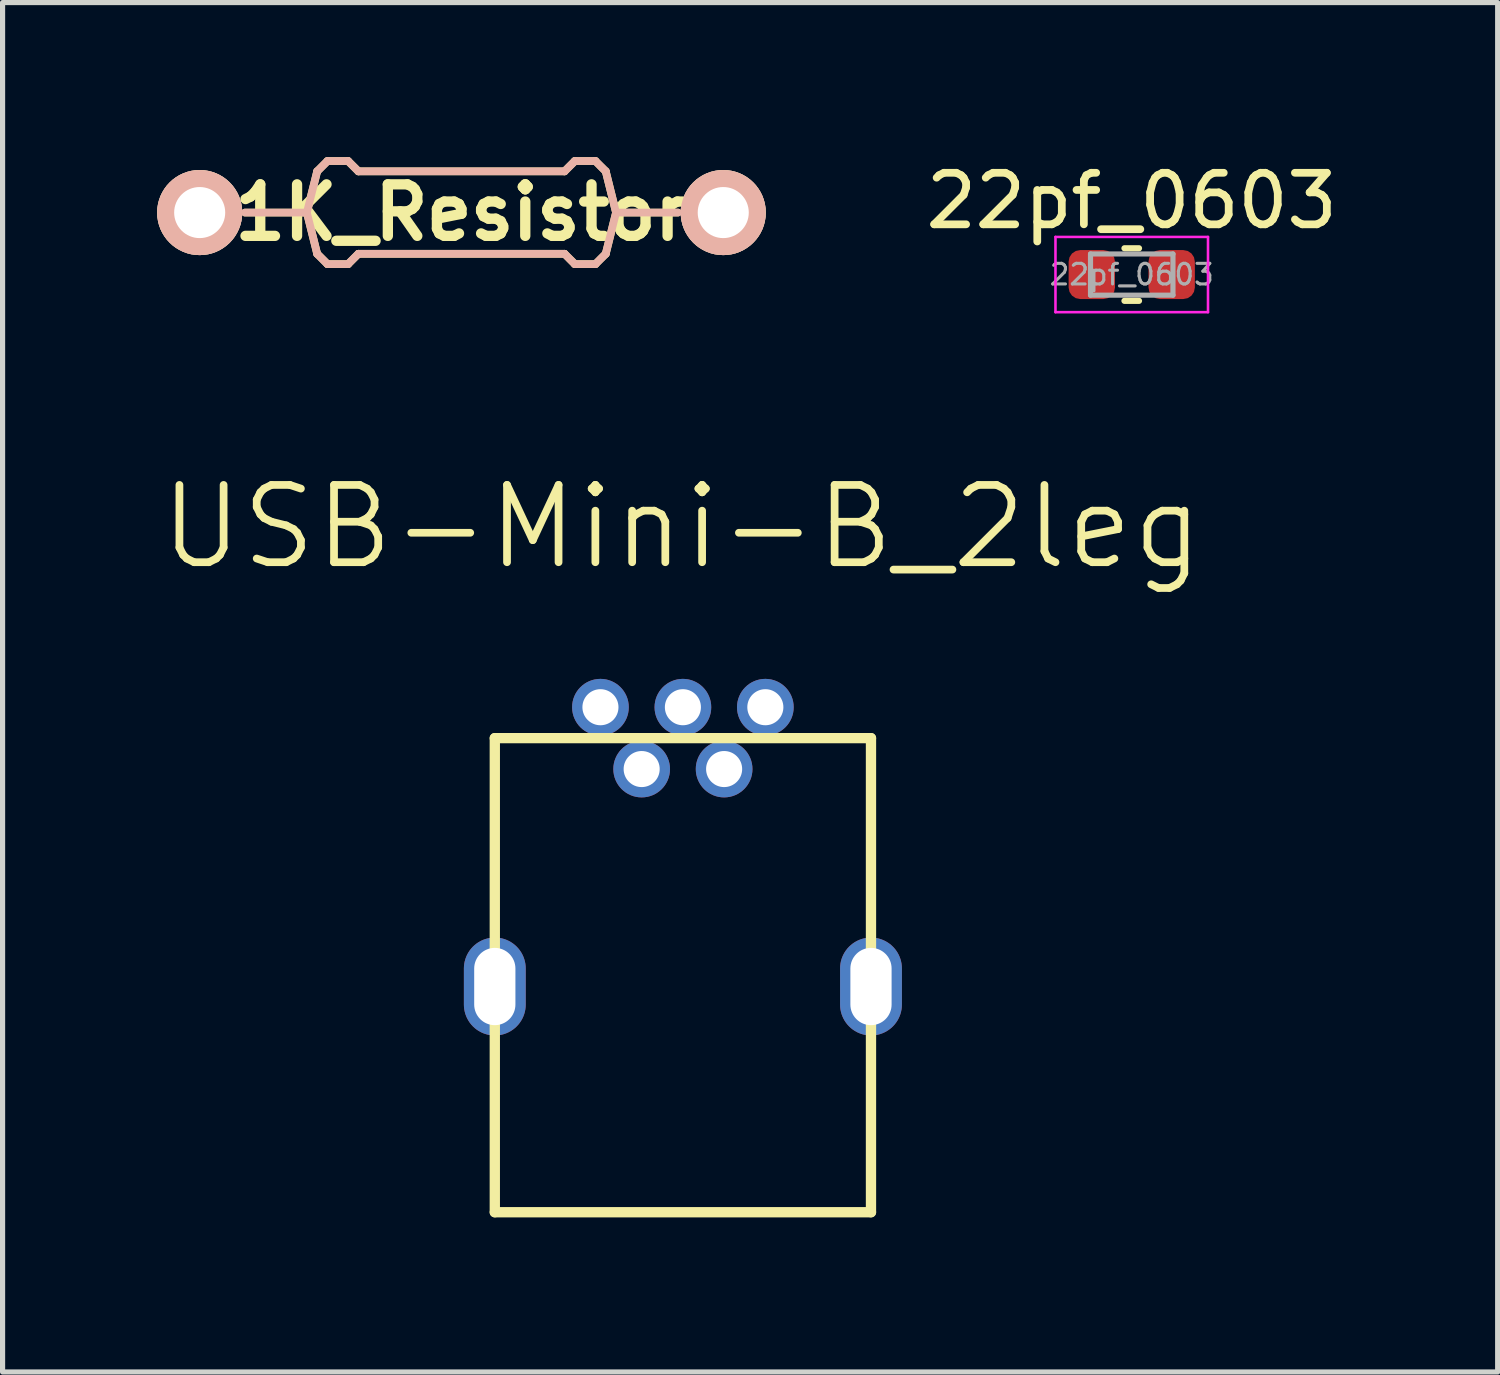
<source format=kicad_pcb>
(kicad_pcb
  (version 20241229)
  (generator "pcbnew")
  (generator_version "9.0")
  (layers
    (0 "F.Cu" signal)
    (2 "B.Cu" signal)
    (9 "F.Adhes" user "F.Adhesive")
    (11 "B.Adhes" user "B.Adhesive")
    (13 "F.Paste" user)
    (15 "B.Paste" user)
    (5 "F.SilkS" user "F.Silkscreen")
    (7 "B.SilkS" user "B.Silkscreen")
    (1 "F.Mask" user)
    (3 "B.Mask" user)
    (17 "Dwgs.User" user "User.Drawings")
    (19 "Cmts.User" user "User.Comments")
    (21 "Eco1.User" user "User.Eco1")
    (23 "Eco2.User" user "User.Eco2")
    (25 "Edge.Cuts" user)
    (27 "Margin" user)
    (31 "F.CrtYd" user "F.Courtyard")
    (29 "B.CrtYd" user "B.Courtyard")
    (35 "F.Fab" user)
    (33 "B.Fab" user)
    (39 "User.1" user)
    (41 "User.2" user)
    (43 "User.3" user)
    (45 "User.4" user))
  (footprint "USB-Mini-B_2leg"
    (layer "F.Cu")
    (at 10.202 11.274)
    (property "Reference" "USB-Mini-B_2leg" (at -0.02 -4.1 0) (layer "F.SilkS") (effects (font (size 1.5 1.5) (thickness 0.15))))
    (attr through_hole)
    (fp_line (start -3.65 0) (end -3.65 9.2) (stroke (width 0.2) (type solid)) (layer "F.SilkS"))
    (fp_line (start -3.65 9.2) (end 3.65 9.2) (stroke (width 0.2) (type solid)) (layer "F.SilkS"))
    (fp_line (start 3.65 0) (end -3.65 0) (stroke (width 0.2) (type solid)) (layer "F.SilkS"))
    (fp_line (start 3.65 9.2) (end 3.65 0) (stroke (width 0.2) (type solid)) (layer "F.SilkS"))
    (pad "1" thru_hole circle (at -1.6 -0.6) (size 1.1 1.1) (drill 0.7) (layers "*.Cu" "*.Mask"))
    (pad "2" thru_hole circle (at -0.8 0.6) (size 1.1 1.1) (drill 0.7) (layers "*.Cu" "*.Mask"))
    (pad "3" thru_hole circle (at 0 -0.6) (size 1.1 1.1) (drill 0.7) (layers "*.Cu" "*.Mask"))
    (pad "4" thru_hole circle (at 0.8 0.6) (size 1.1 1.1) (drill 0.7) (layers "*.Cu" "*.Mask"))
    (pad "5" thru_hole circle (at 1.6 -0.6) (size 1.1 1.1) (drill 0.7) (layers "*.Cu" "*.Mask"))
    (pad "6" thru_hole oval (at -3.65 4.82) (size 1.2 1.9) (drill oval 0.8 1.5) (layers "*.Cu" "*.Mask"))
    (pad "6" thru_hole oval (at 3.65 4.82) (size 1.2 1.9) (drill oval 0.8 1.5) (layers "*.Cu" "*.Mask")))
  (footprint "22pf_0603"
    (layer "F.Cu")
    (at 18.912 2.278)
    (property "Reference" "22pf_0603" (at 0 -1.43 0) (layer "F.SilkS") (effects (font (size 1 1) (thickness 0.15))))
    (attr smd)
    (fp_line (start -0.141 -0.51) (end 0.141 -0.51) (stroke (width 0.12) (type solid)) (layer "F.SilkS"))
    (fp_line (start -0.141 0.51) (end 0.141 0.51) (stroke (width 0.12) (type solid)) (layer "F.SilkS"))
    (fp_line (start -1.48 -0.73) (end 1.48 -0.73) (stroke (width 0.05) (type solid)) (layer "F.CrtYd"))
    (fp_line (start -1.48 0.73) (end -1.48 -0.73) (stroke (width 0.05) (type solid)) (layer "F.CrtYd"))
    (fp_line (start 1.48 -0.73) (end 1.48 0.73) (stroke (width 0.05) (type solid)) (layer "F.CrtYd"))
    (fp_line (start 1.48 0.73) (end -1.48 0.73) (stroke (width 0.05) (type solid)) (layer "F.CrtYd"))
    (fp_line (start -0.8 -0.4) (end 0.8 -0.4) (stroke (width 0.1) (type solid)) (layer "F.Fab"))
    (fp_line (start -0.8 0.4) (end -0.8 -0.4) (stroke (width 0.1) (type solid)) (layer "F.Fab"))
    (fp_line (start 0.8 -0.4) (end 0.8 0.4) (stroke (width 0.1) (type solid)) (layer "F.Fab"))
    (fp_line (start 0.8 0.4) (end -0.8 0.4) (stroke (width 0.1) (type solid)) (layer "F.Fab"))
    (fp_text user "${REFERENCE}" (at 0 0 0) (layer "F.Fab") (effects (font (size 0.4 0.4) (thickness 0.06))))
    (pad "1" smd roundrect (at -0.775 0) (size 0.9 0.95) (layers "F.Cu" "F.Mask" "F.Paste") (roundrect_rratio 0.25))
    (pad "2" smd roundrect (at 0.775 0) (size 0.9 0.95) (layers "F.Cu" "F.Mask" "F.Paste") (roundrect_rratio 0.25)))
  (footprint "1K_Resistor"
    (layer "F.Cu")
    (at 5.905 1.075)
    (property "Reference" "1K_Resistor" (at 0 0 0) (layer "F.SilkS") (effects (font (size 1 1) (thickness 0.2))))
    (attr through_hole)
    (fp_line (start -4.2 0) (end -3 0) (stroke (width 0.15) (type solid)) (layer "F.SilkS"))
    (fp_line (start -3 0) (end -2.8 -0.8) (stroke (width 0.15) (type solid)) (layer "F.SilkS"))
    (fp_line (start -2.8 -0.8) (end -2.6 -1) (stroke (width 0.15) (type solid)) (layer "F.SilkS"))
    (fp_line (start -2.8 0.8) (end -3 0) (stroke (width 0.15) (type solid)) (layer "F.SilkS"))
    (fp_line (start -2.6 -1) (end -2.2 -1) (stroke (width 0.15) (type solid)) (layer "F.SilkS"))
    (fp_line (start -2.6 1) (end -2.8 0.8) (stroke (width 0.15) (type solid)) (layer "F.SilkS"))
    (fp_line (start -2.2 -1) (end -2 -0.8) (stroke (width 0.15) (type solid)) (layer "F.SilkS"))
    (fp_line (start -2.2 1) (end -2.6 1) (stroke (width 0.15) (type solid)) (layer "F.SilkS"))
    (fp_line (start -2 -0.8) (end 2 -0.8) (stroke (width 0.15) (type solid)) (layer "F.SilkS"))
    (fp_line (start -2 0.8) (end -2.2 1) (stroke (width 0.15) (type solid)) (layer "F.SilkS"))
    (fp_line (start 2 -0.8) (end 2.2 -1) (stroke (width 0.15) (type solid)) (layer "F.SilkS"))
    (fp_line (start 2 0.8) (end -2 0.8) (stroke (width 0.15) (type solid)) (layer "F.SilkS"))
    (fp_line (start 2.2 -1) (end 2.6 -1) (stroke (width 0.15) (type solid)) (layer "F.SilkS"))
    (fp_line (start 2.2 1) (end 2 0.8) (stroke (width 0.15) (type solid)) (layer "F.SilkS"))
    (fp_line (start 2.6 -1) (end 2.8 -0.8) (stroke (width 0.15) (type solid)) (layer "F.SilkS"))
    (fp_line (start 2.6 1) (end 2.2 1) (stroke (width 0.15) (type solid)) (layer "F.SilkS"))
    (fp_line (start 2.8 -0.8) (end 3 0) (stroke (width 0.15) (type solid)) (layer "F.SilkS"))
    (fp_line (start 2.8 0.8) (end 2.6 1) (stroke (width 0.15) (type solid)) (layer "F.SilkS"))
    (fp_line (start 3 0) (end 2.8 0.8) (stroke (width 0.15) (type solid)) (layer "F.SilkS"))
    (fp_line (start 3 0) (end 4.2 0) (stroke (width 0.15) (type solid)) (layer "F.SilkS"))
    (fp_line (start -4.2 0) (end -3 0) (stroke (width 0.15) (type solid)) (layer "B.SilkS"))
    (fp_line (start -3 0) (end -2.8 -0.8) (stroke (width 0.15) (type solid)) (layer "B.SilkS"))
    (fp_line (start -2.8 -0.8) (end -2.6 -1) (stroke (width 0.15) (type solid)) (layer "B.SilkS"))
    (fp_line (start -2.8 0.8) (end -3 0) (stroke (width 0.15) (type solid)) (layer "B.SilkS"))
    (fp_line (start -2.6 -1) (end -2.2 -1) (stroke (width 0.15) (type solid)) (layer "B.SilkS"))
    (fp_line (start -2.6 1) (end -2.8 0.8) (stroke (width 0.15) (type solid)) (layer "B.SilkS"))
    (fp_line (start -2.2 -1) (end -2 -0.8) (stroke (width 0.15) (type solid)) (layer "B.SilkS"))
    (fp_line (start -2.2 1) (end -2.6 1) (stroke (width 0.15) (type solid)) (layer "B.SilkS"))
    (fp_line (start -2 -0.8) (end 2 -0.8) (stroke (width 0.15) (type solid)) (layer "B.SilkS"))
    (fp_line (start -2 0.8) (end -2.2 1) (stroke (width 0.15) (type solid)) (layer "B.SilkS"))
    (fp_line (start 2 -0.8) (end 2.2 -1) (stroke (width 0.15) (type solid)) (layer "B.SilkS"))
    (fp_line (start 2 0.8) (end -2 0.8) (stroke (width 0.15) (type solid)) (layer "B.SilkS"))
    (fp_line (start 2.2 -1) (end 2.6 -1) (stroke (width 0.15) (type solid)) (layer "B.SilkS"))
    (fp_line (start 2.2 1) (end 2 0.8) (stroke (width 0.15) (type solid)) (layer "B.SilkS"))
    (fp_line (start 2.6 -1) (end 2.8 -0.8) (stroke (width 0.15) (type solid)) (layer "B.SilkS"))
    (fp_line (start 2.6 1) (end 2.2 1) (stroke (width 0.15) (type solid)) (layer "B.SilkS"))
    (fp_line (start 2.8 -0.8) (end 3 0) (stroke (width 0.15) (type solid)) (layer "B.SilkS"))
    (fp_line (start 2.8 0.8) (end 2.6 1) (stroke (width 0.15) (type solid)) (layer "B.SilkS"))
    (fp_line (start 3 0) (end 2.8 0.8) (stroke (width 0.15) (type solid)) (layer "B.SilkS"))
    (fp_line (start 3 0) (end 4.2 0) (stroke (width 0.15) (type solid)) (layer "B.SilkS"))
    (pad "1" thru_hole circle (at -5.08 0) (size 1.651 1.651) (drill 0.991) (layers "*.Cu" "*.SilkS" "*.Mask"))
    (pad "2" thru_hole circle (at 5.08 0) (size 1.651 1.651) (drill 0.991) (layers "*.Cu" "*.SilkS" "*.Mask")))
  (gr_rect
    (start -3 -3)
    (end 26.013 23.574)
    (stroke (width 0.1) (type default))
    (fill no)
    (layer "Edge.Cuts")))
</source>
